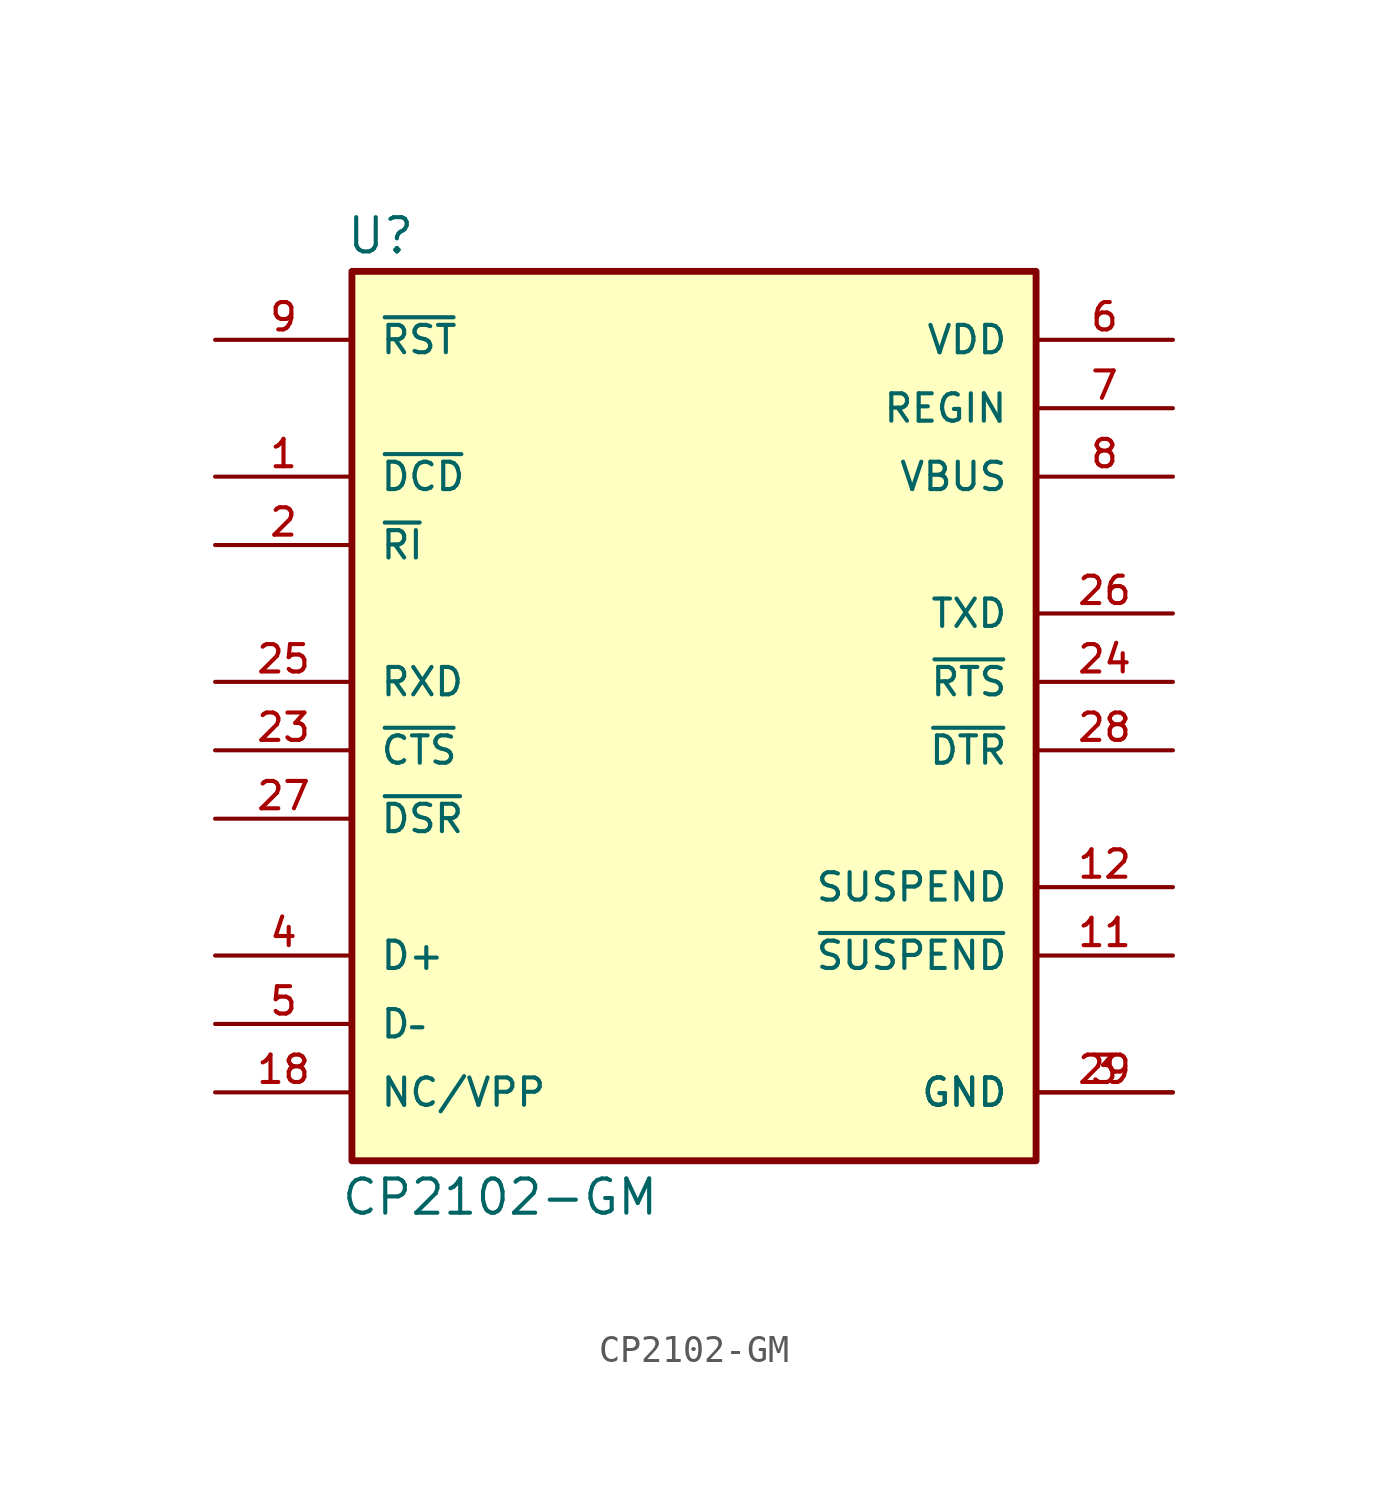
<source format=kicad_sym>
(kicad_symbol_lib
  (version 20220914)
  (generator kicad_symbol_editor)
  (symbol "CP2102-GM"
    (pin_names
      (offset 1.016))
    (property "Reference" "U"
      (at -12.944 18.359 0)
      (effects (font (size 1.27 1.27)) (justify left bottom)))
    (property "Value" "CP2102-GM"
      (at -13.135 -17.331 0)
      (effects (font (size 1.27 1.27)) (justify left bottom)))
    (symbol "CP2102-GM_0_0"
      (rectangle (start -12.7 -15.24) (end 12.7 17.78) (stroke (width 0.254) (type default)) (fill (type background)))
      (pin input line (at -17.78 10.16 0) (length 5.08) (name "~{DCD}" (effects (font (size 1.016 1.016)))) (number "1" (effects (font (size 1.016 1.016)))))
      (pin output line (at 17.78 -7.62 180) (length 5.08) (name "~{SUSPEND}" (effects (font (size 1.016 1.016)))) (number "11" (effects (font (size 1.016 1.016)))))
      (pin output line (at 17.78 -5.08 180) (length 5.08) (name "SUSPEND" (effects (font (size 1.016 1.016)))) (number "12" (effects (font (size 1.016 1.016)))))
      (pin bidirectional line (at -17.78 -12.7 0) (length 5.08) (name "NC/VPP" (effects (font (size 1.016 1.016)))) (number "18" (effects (font (size 1.016 1.016)))))
      (pin input line (at -17.78 7.62 0) (length 5.08) (name "~{RI}" (effects (font (size 1.016 1.016)))) (number "2" (effects (font (size 1.016 1.016)))))
      (pin input line (at -17.78 0 0) (length 5.08) (name "~{CTS}" (effects (font (size 1.016 1.016)))) (number "23" (effects (font (size 1.016 1.016)))))
      (pin output line (at 17.78 2.54 180) (length 5.08) (name "~{RTS}" (effects (font (size 1.016 1.016)))) (number "24" (effects (font (size 1.016 1.016)))))
      (pin input line (at -17.78 2.54 0) (length 5.08) (name "RXD" (effects (font (size 1.016 1.016)))) (number "25" (effects (font (size 1.016 1.016)))))
      (pin output line (at 17.78 5.08 180) (length 5.08) (name "TXD" (effects (font (size 1.016 1.016)))) (number "26" (effects (font (size 1.016 1.016)))))
      (pin input line (at -17.78 -2.54 0) (length 5.08) (name "~{DSR}" (effects (font (size 1.016 1.016)))) (number "27" (effects (font (size 1.016 1.016)))))
      (pin output line (at 17.78 0 180) (length 5.08) (name "~{DTR}" (effects (font (size 1.016 1.016)))) (number "28" (effects (font (size 1.016 1.016)))))
      (pin power_in line (at 17.78 -12.7 180) (length 5.08) (name "GND" (effects (font (size 1.016 1.016)))) (number "29" (effects (font (size 1.016 1.016)))))
      (pin power_in line (at 17.78 -12.7 180) (length 5.08) (name "GND" (effects (font (size 1.016 1.016)))) (number "3" (effects (font (size 1.016 1.016)))))
      (pin bidirectional line (at -17.78 -7.62 0) (length 5.08) (name "D+" (effects (font (size 1.016 1.016)))) (number "4" (effects (font (size 1.016 1.016)))))
      (pin bidirectional line (at -17.78 -10.16 0) (length 5.08) (name "D–" (effects (font (size 1.016 1.016)))) (number "5" (effects (font (size 1.016 1.016)))))
      (pin power_in line (at 17.78 15.24 180) (length 5.08) (name "VDD" (effects (font (size 1.016 1.016)))) (number "6" (effects (font (size 1.016 1.016)))))
      (pin power_in line (at 17.78 12.7 180) (length 5.08) (name "REGIN" (effects (font (size 1.016 1.016)))) (number "7" (effects (font (size 1.016 1.016)))))
      (pin power_in line (at 17.78 10.16 180) (length 5.08) (name "VBUS" (effects (font (size 1.016 1.016)))) (number "8" (effects (font (size 1.016 1.016)))))
      (pin bidirectional line (at -17.78 15.24 0) (length 5.08) (name "~{RST}" (effects (font (size 1.016 1.016)))) (number "9" (effects (font (size 1.016 1.016))))))))
</source>
